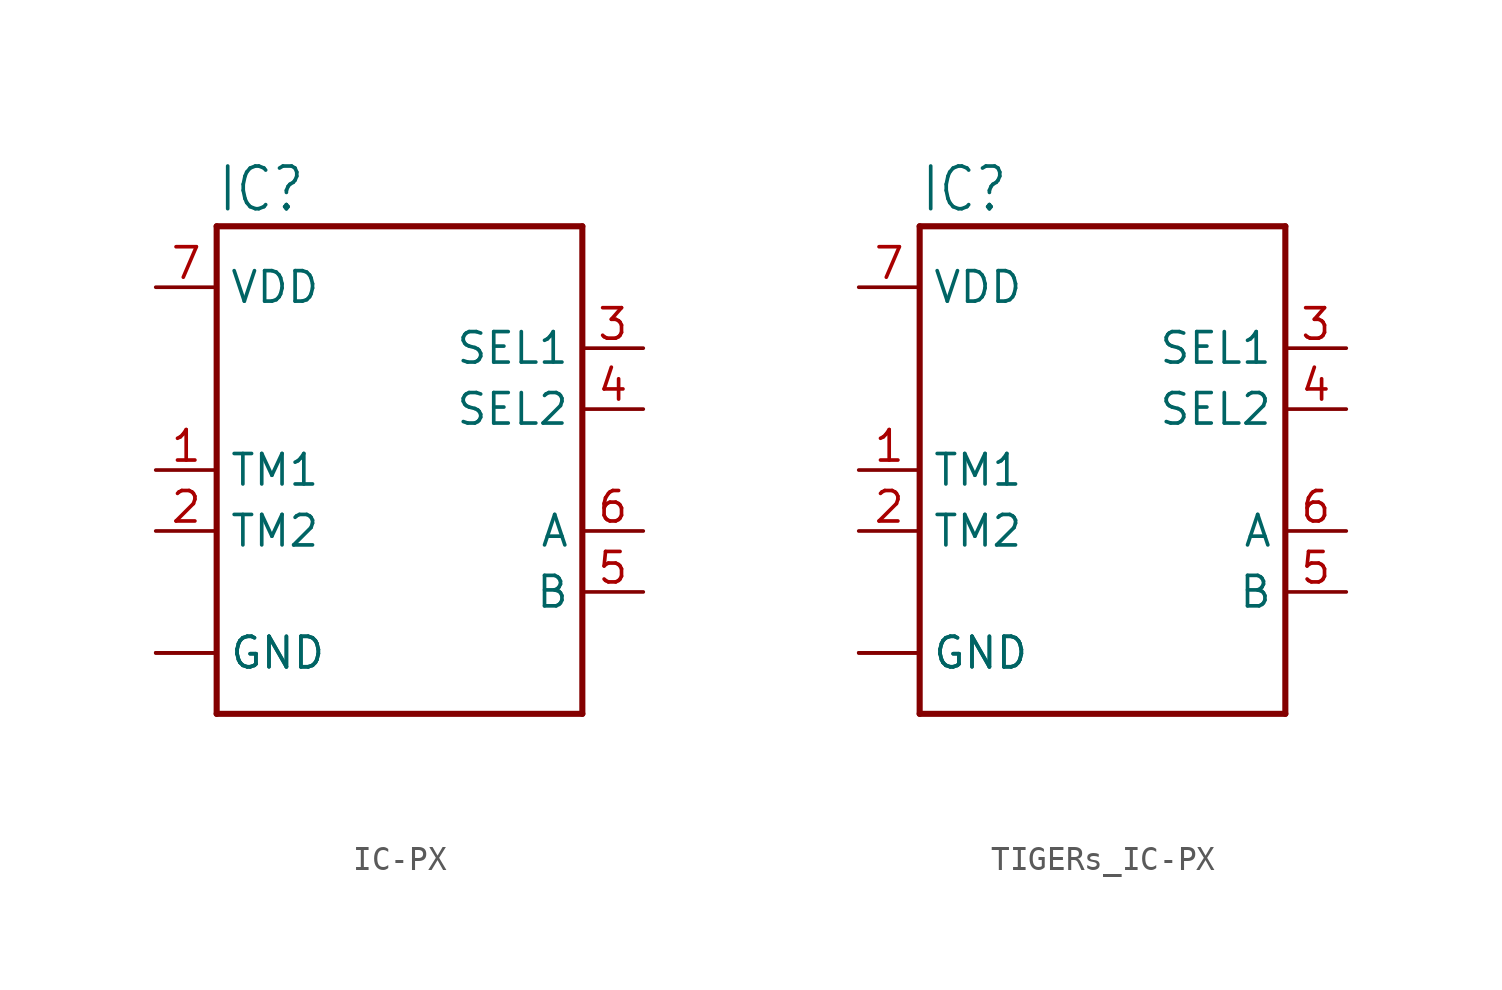
<source format=kicad_sym>
(kicad_symbol_lib
  (version 20231120)
  (generator "kicad_symbol_editor")
  (generator_version "8.0")
  (symbol "IC-PX"
    (property "Reference" "IC"
      (at -7.62 10.668 0)
      (effects (font (size 1.778 1.511)) (justify left bottom)))
    (property "Value" ""
      (at -7.62 -12.7 0)
      (effects (font (size 1.778 1.511)) (justify left bottom)))
    (property "ki_locked" ""
      (at 0 0 0)
      (effects (font (size 1.27 1.27))))
    (symbol "IC-PX_1_0"
      (polyline (pts (xy -7.62 -10.16) (xy 7.62 -10.16)) (stroke (width 0.254) (type solid)) (fill (type none)))
      (polyline (pts (xy -7.62 10.16) (xy -7.62 -10.16)) (stroke (width 0.254) (type solid)) (fill (type none)))
      (polyline (pts (xy 7.62 -10.16) (xy 7.62 10.16)) (stroke (width 0.254) (type solid)) (fill (type none)))
      (polyline (pts (xy 7.62 10.16) (xy -7.62 10.16)) (stroke (width 0.254) (type solid)) (fill (type none)))
      (pin bidirectional line (at -10.16 0 0) (length 2.54) (name "TM1" (effects (font (size 1.27 1.27)))) (number "1" (effects (font (size 1.27 1.27)))))
      (pin bidirectional line (at -10.16 -2.54 0) (length 2.54) (name "TM2" (effects (font (size 1.27 1.27)))) (number "2" (effects (font (size 1.27 1.27)))))
      (pin bidirectional line (at 10.16 5.08 180) (length 2.54) (name "SEL1" (effects (font (size 1.27 1.27)))) (number "3" (effects (font (size 1.27 1.27)))))
      (pin bidirectional line (at 10.16 2.54 180) (length 2.54) (name "SEL2" (effects (font (size 1.27 1.27)))) (number "4" (effects (font (size 1.27 1.27)))))
      (pin bidirectional line (at 10.16 -5.08 180) (length 2.54) (name "B" (effects (font (size 1.27 1.27)))) (number "5" (effects (font (size 1.27 1.27)))))
      (pin bidirectional line (at 10.16 -2.54 180) (length 2.54) (name "A" (effects (font (size 1.27 1.27)))) (number "6" (effects (font (size 1.27 1.27)))))
      (pin bidirectional line (at -10.16 7.62 0) (length 2.54) (name "VDD" (effects (font (size 1.27 1.27)))) (number "7" (effects (font (size 1.27 1.27)))))
      (pin bidirectional line (at -10.16 -7.62 0) (length 2.54) (name "GND" (effects (font (size 1.27 1.27)))) (number "8" (effects (font (size 0 0)))))
      (pin bidirectional line (at -10.16 -7.62 0) (length 2.54) (name "GND" (effects (font (size 1.27 1.27)))) (number "BP" (effects (font (size 0 0)))))))
  (symbol "TIGERs_IC-PX"
    (property "Reference" "IC"
      (at -7.62 10.668 0)
      (effects (font (size 1.778 1.511)) (justify left bottom)))
    (property "Value" ""
      (at -7.62 -12.7 0)
      (effects (font (size 1.778 1.511)) (justify left bottom)))
    (property "ki_locked" ""
      (at 0 0 0)
      (effects (font (size 1.27 1.27))))
    (symbol "TIGERs_IC-PX_1_0"
      (polyline (pts (xy -7.62 -10.16) (xy 7.62 -10.16)) (stroke (width 0.254) (type solid)) (fill (type none)))
      (polyline (pts (xy -7.62 10.16) (xy -7.62 -10.16)) (stroke (width 0.254) (type solid)) (fill (type none)))
      (polyline (pts (xy 7.62 -10.16) (xy 7.62 10.16)) (stroke (width 0.254) (type solid)) (fill (type none)))
      (polyline (pts (xy 7.62 10.16) (xy -7.62 10.16)) (stroke (width 0.254) (type solid)) (fill (type none)))
      (pin bidirectional line (at -10.16 0 0) (length 2.54) (name "TM1" (effects (font (size 1.27 1.27)))) (number "1" (effects (font (size 1.27 1.27)))))
      (pin bidirectional line (at -10.16 -2.54 0) (length 2.54) (name "TM2" (effects (font (size 1.27 1.27)))) (number "2" (effects (font (size 1.27 1.27)))))
      (pin bidirectional line (at 10.16 5.08 180) (length 2.54) (name "SEL1" (effects (font (size 1.27 1.27)))) (number "3" (effects (font (size 1.27 1.27)))))
      (pin bidirectional line (at 10.16 2.54 180) (length 2.54) (name "SEL2" (effects (font (size 1.27 1.27)))) (number "4" (effects (font (size 1.27 1.27)))))
      (pin bidirectional line (at 10.16 -5.08 180) (length 2.54) (name "B" (effects (font (size 1.27 1.27)))) (number "5" (effects (font (size 1.27 1.27)))))
      (pin bidirectional line (at 10.16 -2.54 180) (length 2.54) (name "A" (effects (font (size 1.27 1.27)))) (number "6" (effects (font (size 1.27 1.27)))))
      (pin bidirectional line (at -10.16 7.62 0) (length 2.54) (name "VDD" (effects (font (size 1.27 1.27)))) (number "7" (effects (font (size 1.27 1.27)))))
      (pin bidirectional line (at -10.16 -7.62 0) (length 2.54) (name "GND" (effects (font (size 1.27 1.27)))) (number "8" (effects (font (size 0 0)))))
      (pin bidirectional line (at -10.16 -7.62 0) (length 2.54) (name "GND" (effects (font (size 1.27 1.27)))) (number "BP" (effects (font (size 0 0))))))))
</source>
